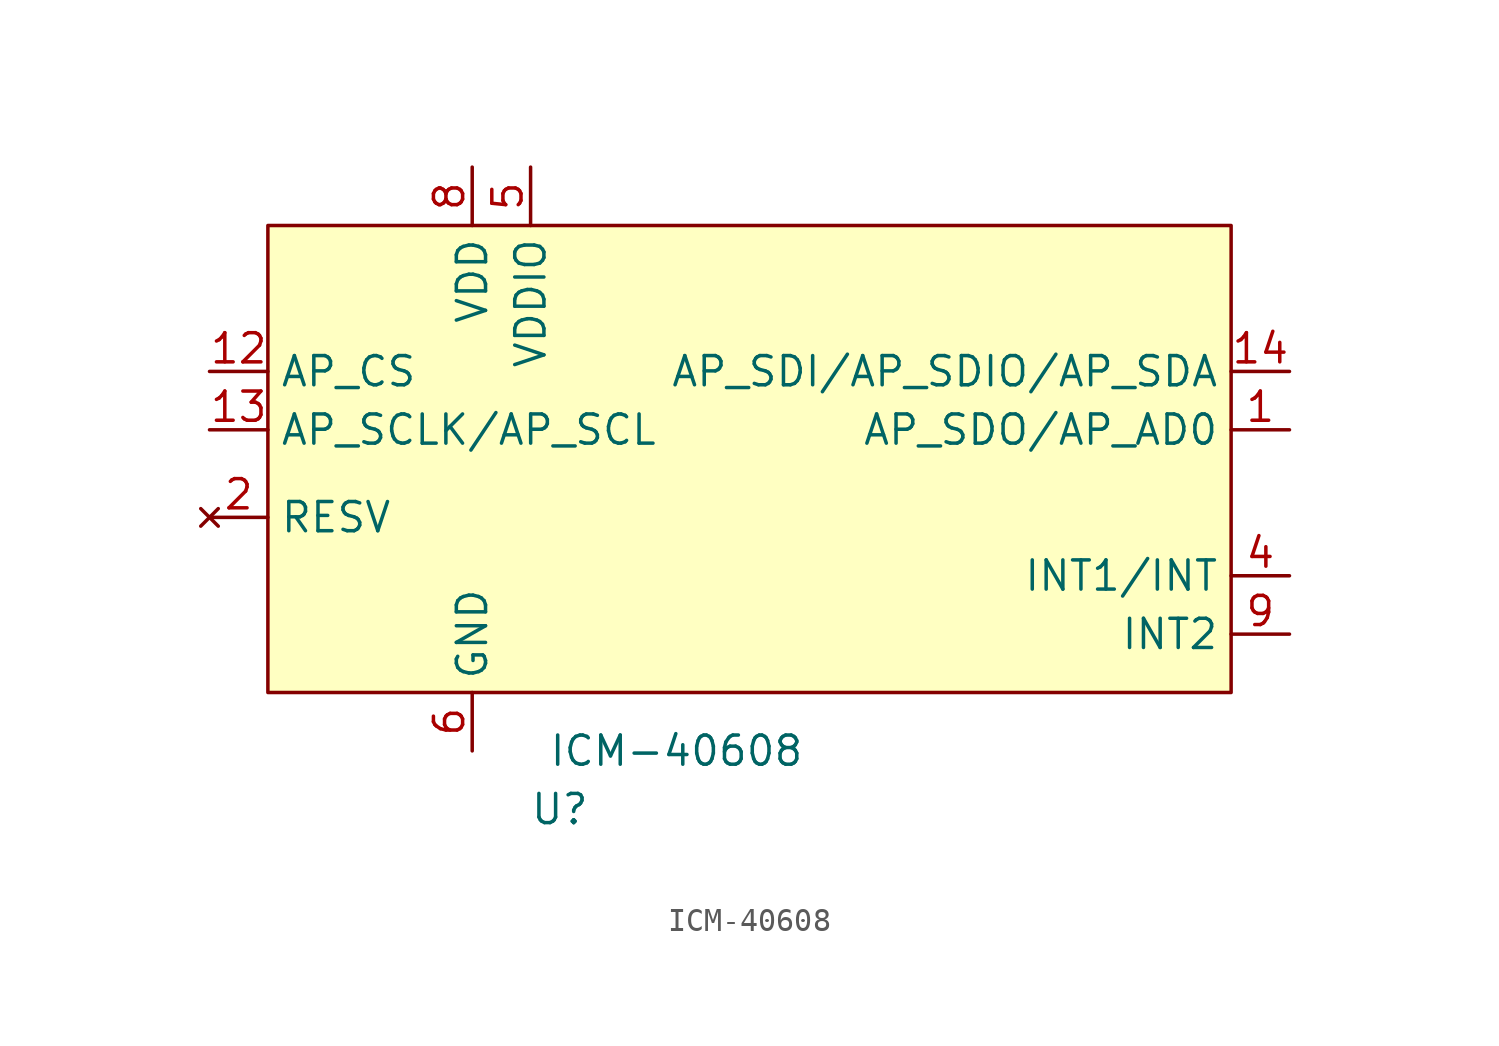
<source format=kicad_sym>
(kicad_symbol_lib
  (version 20220914)
  (generator kicad_symbol_editor)
  (symbol "ICM-40608"
    (property "Reference" "U"
      (at 15.24 -36.83 0)
      (effects (font (size 1.27 1.27))))
    (property "Value" "ICM-40608"
      (at 20.32 -34.29 0)
      (effects (font (size 1.27 1.27))))
    (symbol "ICM-40608_1_1"
      (rectangle (start 2.54 -11.43) (end 44.45 -31.75) (stroke (width 0) (type default)) (fill (type background)))
      (pin output line (at 46.99 -20.32 180) (length 2.54) (name "AP_SDO/AP_AD0" (effects (font (size 1.27 1.27)))) (number "1" (effects (font (size 1.27 1.27)))))
      (pin power_in line (at 0 -24.13 0) (length 2.54) hide (name "RESV" (effects (font (size 1.27 1.27)))) (number "10" (effects (font (size 1.27 1.27)))))
      (pin power_in line (at 0 -24.13 0) (length 2.54) hide (name "RESV" (effects (font (size 1.27 1.27)))) (number "11" (effects (font (size 1.27 1.27)))))
      (pin input line (at 0 -17.78 0) (length 2.54) (name "AP_CS" (effects (font (size 1.27 1.27)))) (number "12" (effects (font (size 1.27 1.27)))))
      (pin input line (at 0 -20.32 0) (length 2.54) (name "AP_SCLK/AP_SCL" (effects (font (size 1.27 1.27)))) (number "13" (effects (font (size 1.27 1.27)))))
      (pin bidirectional line (at 46.99 -17.78 180) (length 2.54) (name "AP_SDI/AP_SDIO/AP_SDA" (effects (font (size 1.27 1.27)))) (number "14" (effects (font (size 1.27 1.27)))))
      (pin no_connect line (at 0 -24.13 0) (length 2.54) (name "RESV" (effects (font (size 1.27 1.27)))) (number "2" (effects (font (size 1.27 1.27)))))
      (pin no_connect line (at 0 -24.13 0) (length 2.54) hide (name "RESV" (effects (font (size 1.27 1.27)))) (number "3" (effects (font (size 1.27 1.27)))))
      (pin output line (at 46.99 -26.67 180) (length 2.54) (name "INT1/INT" (effects (font (size 1.27 1.27)))) (number "4" (effects (font (size 1.27 1.27)))))
      (pin power_in line (at 13.97 -8.89 270) (length 2.54) (name "VDDIO" (effects (font (size 1.27 1.27)))) (number "5" (effects (font (size 1.27 1.27)))))
      (pin power_in line (at 11.43 -34.29 90) (length 2.54) (name "GND" (effects (font (size 1.27 1.27)))) (number "6" (effects (font (size 1.27 1.27)))))
      (pin no_connect line (at 0 -24.13 0) (length 2.54) hide (name "RESV" (effects (font (size 1.27 1.27)))) (number "7" (effects (font (size 1.27 1.27)))))
      (pin power_in line (at 11.43 -8.89 270) (length 2.54) (name "VDD" (effects (font (size 1.27 1.27)))) (number "8" (effects (font (size 1.27 1.27)))))
      (pin power_in line (at 46.99 -29.21 180) (length 2.54) (name "INT2" (effects (font (size 1.27 1.27)))) (number "9" (effects (font (size 1.27 1.27))))))))
</source>
